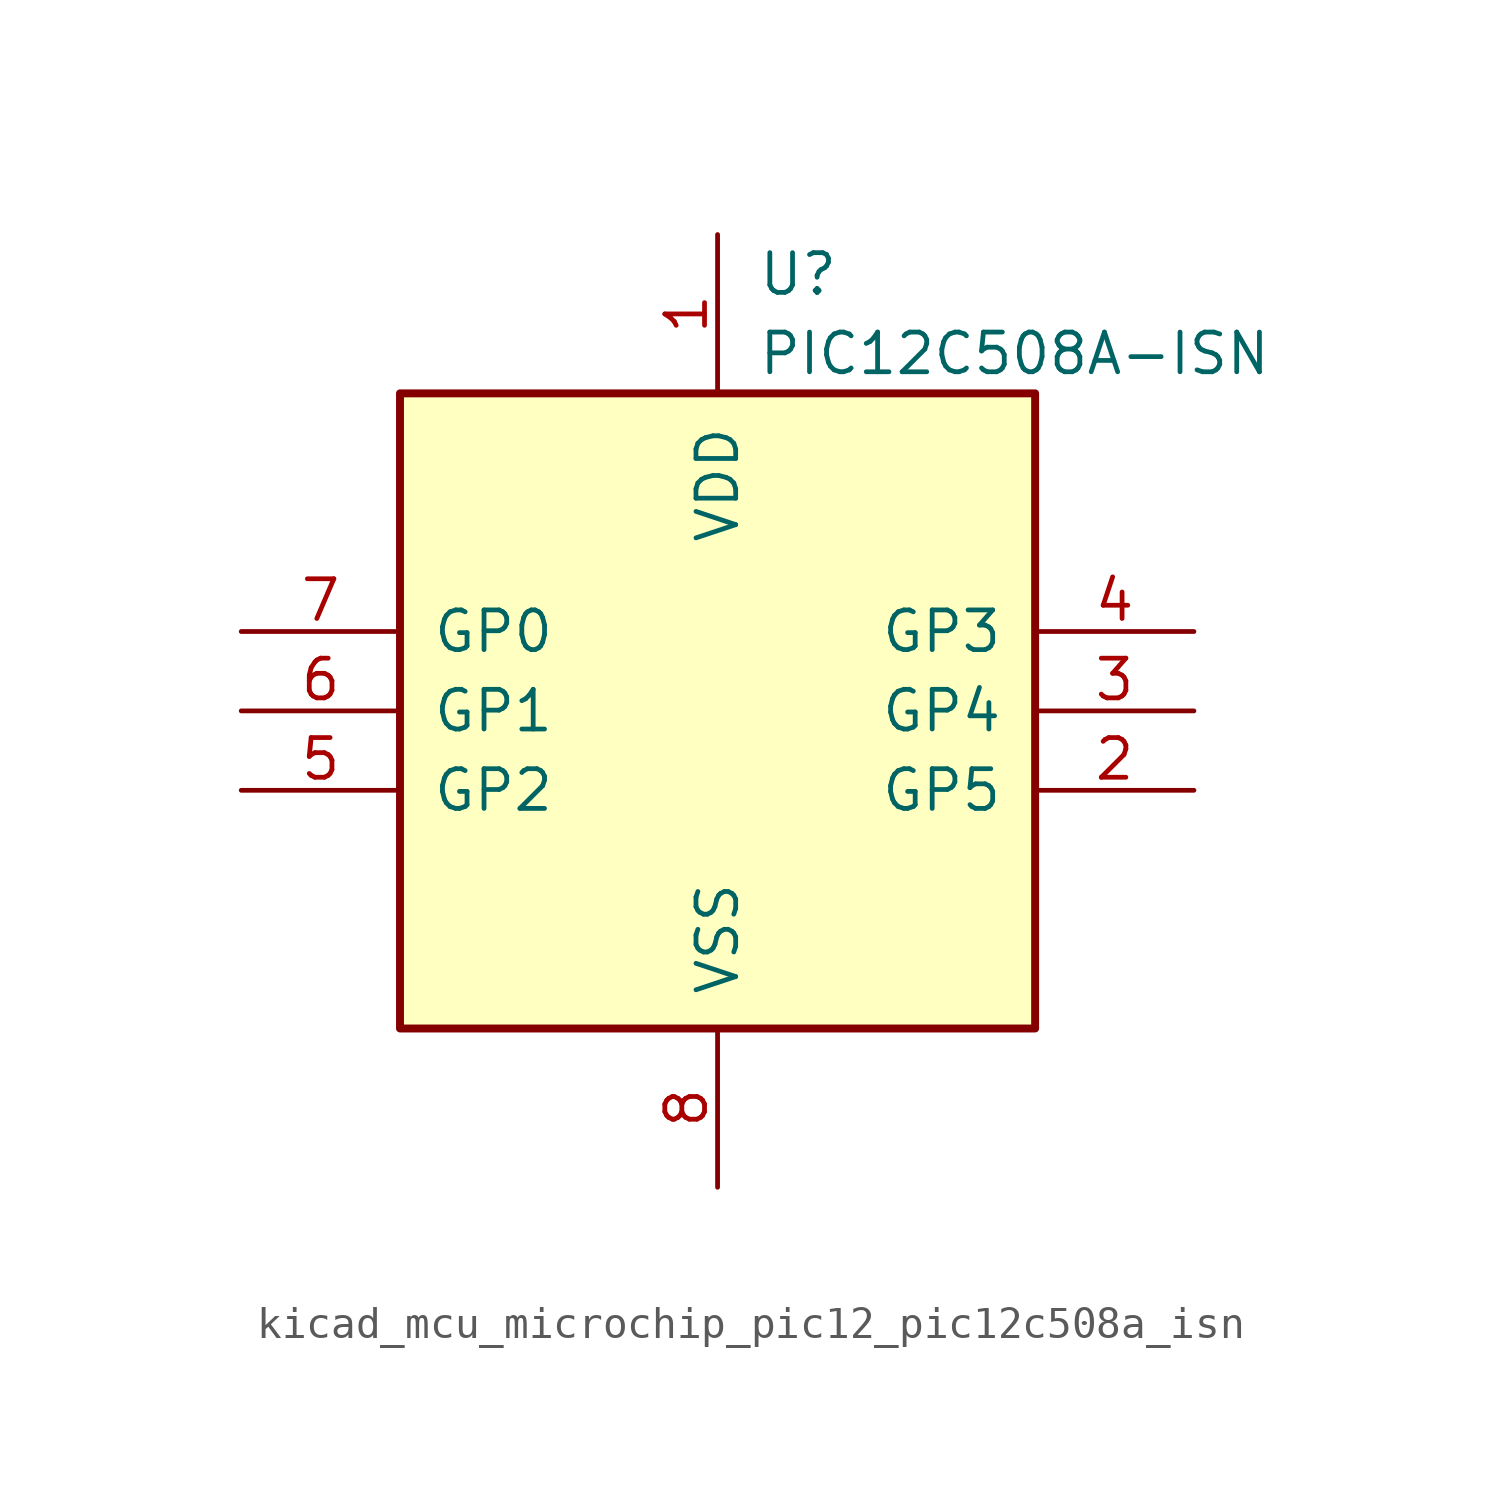
<source format=kicad_sym>
(kicad_symbol_lib
  (version 20220914)
  (generator kicad_symbol_editor)
  (symbol "kicad_mcu_microchip_pic12_pic12c508a_isn"
    (pin_names
      (offset 1.016))
    (property "Reference" "U"
      (at 1.27 13.97 0)
      (effects (font (size 1.27 1.27)) (justify left)))
    (property "Value" "PIC12C508A-ISN"
      (at 1.27 11.43 0)
      (effects (font (size 1.27 1.27)) (justify left)))
    (symbol "kicad_mcu_microchip_pic12_pic12c508a_isn_0_1"
      (rectangle (start 10.16 -10.16) (end -10.16 10.16) (stroke (width 0.254) (type default)) (fill (type background))))
    (symbol "kicad_mcu_microchip_pic12_pic12c508a_isn_1_1"
      (pin power_in line (at 0 15.24 270) (length 5.08) (name "VDD" (effects (font (size 1.27 1.27)))) (number "1" (effects (font (size 1.27 1.27)))))
      (pin bidirectional line (at 15.24 -2.54 180) (length 5.08) (name "GP5" (effects (font (size 1.27 1.27)))) (number "2" (effects (font (size 1.27 1.27)))))
      (pin bidirectional line (at 15.24 0 180) (length 5.08) (name "GP4" (effects (font (size 1.27 1.27)))) (number "3" (effects (font (size 1.27 1.27)))))
      (pin input line (at 15.24 2.54 180) (length 5.08) (name "GP3" (effects (font (size 1.27 1.27)))) (number "4" (effects (font (size 1.27 1.27)))))
      (pin bidirectional line (at -15.24 -2.54 0) (length 5.08) (name "GP2" (effects (font (size 1.27 1.27)))) (number "5" (effects (font (size 1.27 1.27)))))
      (pin bidirectional line (at -15.24 0 0) (length 5.08) (name "GP1" (effects (font (size 1.27 1.27)))) (number "6" (effects (font (size 1.27 1.27)))))
      (pin bidirectional line (at -15.24 2.54 0) (length 5.08) (name "GP0" (effects (font (size 1.27 1.27)))) (number "7" (effects (font (size 1.27 1.27)))))
      (pin power_in line (at 0 -15.24 90) (length 5.08) (name "VSS" (effects (font (size 1.27 1.27)))) (number "8" (effects (font (size 1.27 1.27))))))))
</source>
